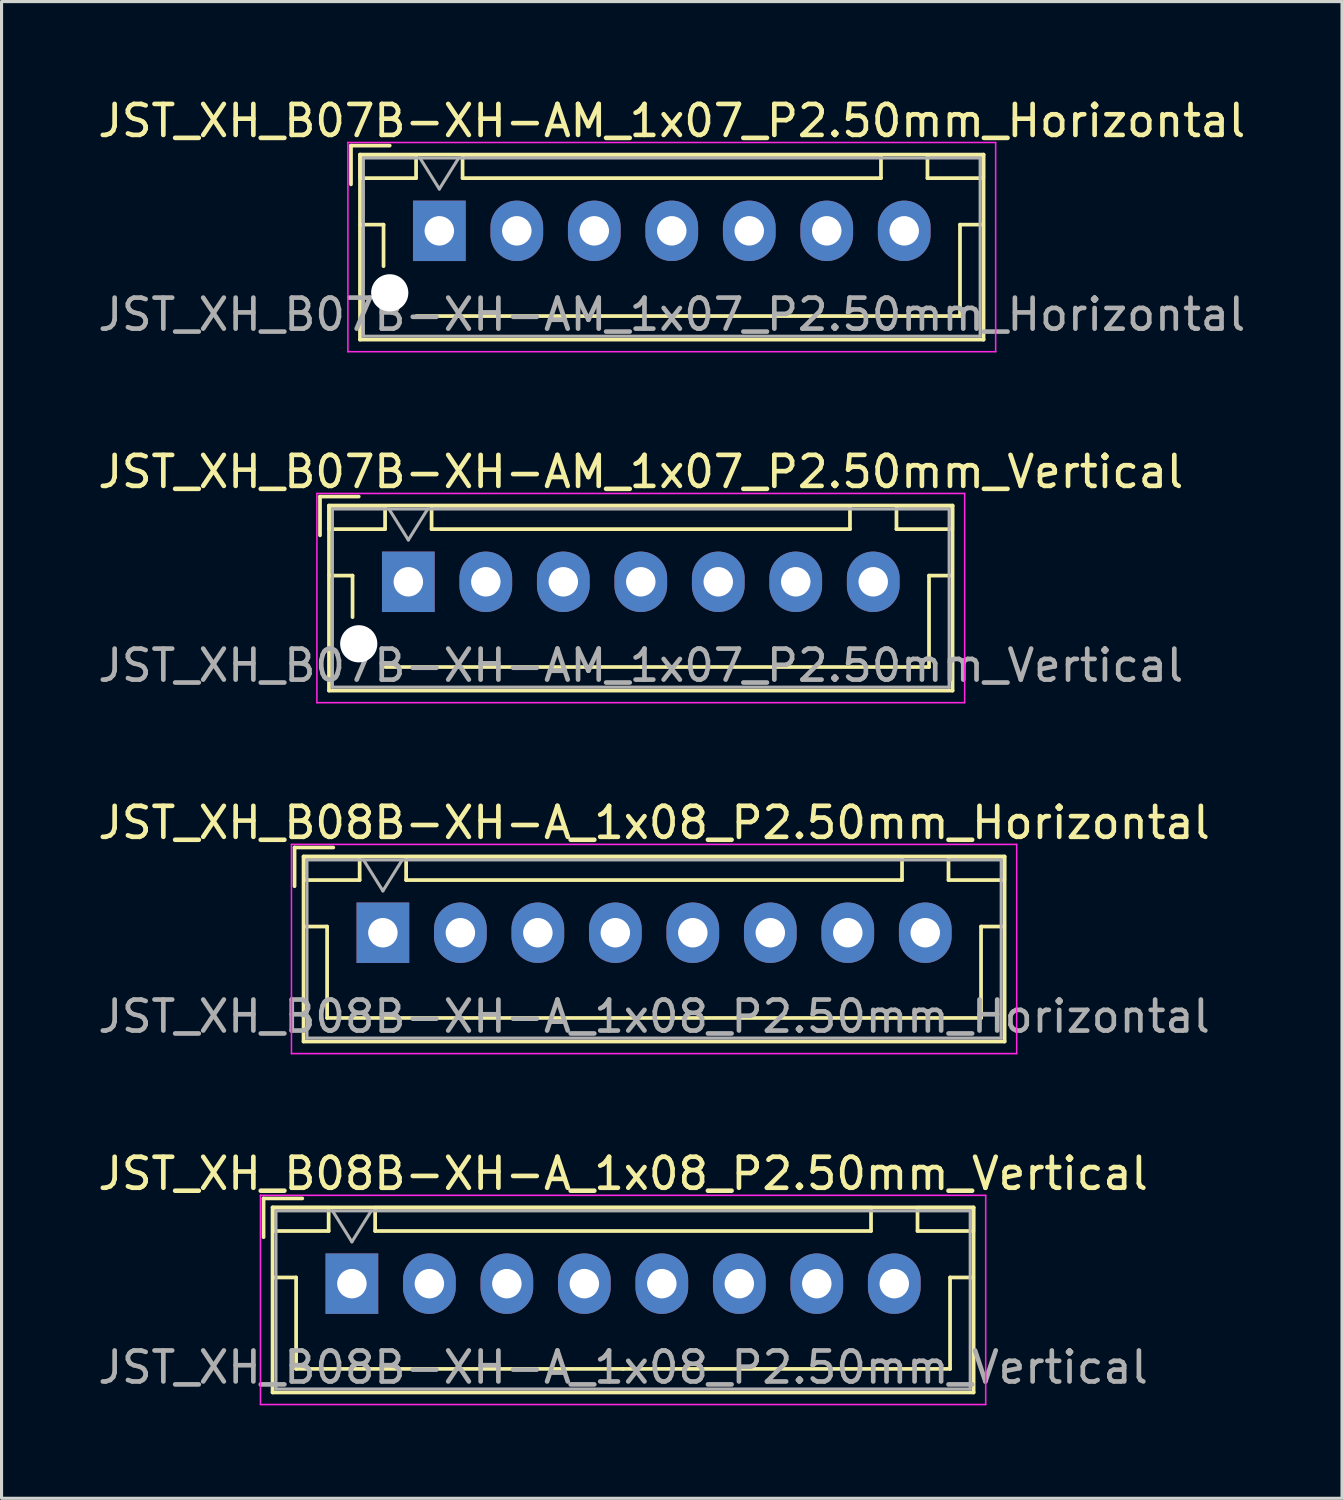
<source format=kicad_pcb>
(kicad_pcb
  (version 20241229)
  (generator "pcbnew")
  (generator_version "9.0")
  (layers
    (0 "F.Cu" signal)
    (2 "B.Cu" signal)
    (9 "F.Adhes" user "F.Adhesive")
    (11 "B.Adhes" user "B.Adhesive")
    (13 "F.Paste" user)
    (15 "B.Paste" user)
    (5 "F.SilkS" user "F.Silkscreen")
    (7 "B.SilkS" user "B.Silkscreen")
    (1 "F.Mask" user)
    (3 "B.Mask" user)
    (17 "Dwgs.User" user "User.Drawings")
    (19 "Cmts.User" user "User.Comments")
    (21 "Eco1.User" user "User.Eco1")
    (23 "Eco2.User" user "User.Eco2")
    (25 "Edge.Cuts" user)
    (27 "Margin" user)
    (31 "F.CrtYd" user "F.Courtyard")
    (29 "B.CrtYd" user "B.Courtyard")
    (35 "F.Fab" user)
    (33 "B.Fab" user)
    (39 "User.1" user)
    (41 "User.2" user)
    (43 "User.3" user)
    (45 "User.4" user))
  (footprint "JST_XH_B08B-XH-A_1x08_P2.50mm_Vertical"
    (layer "F.Cu")
    (at 8.304 38.368)
    (property "Reference" "JST_XH_B08B-XH-A_1x08_P2.50mm_Vertical" (at 8.75 -3.55 0) (layer "F.SilkS") (effects (font (size 1 1) (thickness 0.15))))
    (attr through_hole)
    (fp_line (start -2.85 -2.75) (end -2.85 -1.5) (stroke (width 0.12) (type solid)) (layer "F.SilkS"))
    (fp_line (start -2.56 -2.46) (end -2.56 3.51) (stroke (width 0.12) (type solid)) (layer "F.SilkS"))
    (fp_line (start -2.56 3.51) (end 20.06 3.51) (stroke (width 0.12) (type solid)) (layer "F.SilkS"))
    (fp_line (start -2.55 -2.45) (end -2.55 -1.7) (stroke (width 0.12) (type solid)) (layer "F.SilkS"))
    (fp_line (start -2.55 -1.7) (end -0.75 -1.7) (stroke (width 0.12) (type solid)) (layer "F.SilkS"))
    (fp_line (start -2.55 -0.2) (end -1.8 -0.2) (stroke (width 0.12) (type solid)) (layer "F.SilkS"))
    (fp_line (start -1.8 -0.2) (end -1.8 2.75) (stroke (width 0.12) (type solid)) (layer "F.SilkS"))
    (fp_line (start -1.8 2.75) (end 8.75 2.75) (stroke (width 0.12) (type solid)) (layer "F.SilkS"))
    (fp_line (start -1.6 -2.75) (end -2.85 -2.75) (stroke (width 0.12) (type solid)) (layer "F.SilkS"))
    (fp_line (start -0.75 -2.45) (end -2.55 -2.45) (stroke (width 0.12) (type solid)) (layer "F.SilkS"))
    (fp_line (start -0.75 -1.7) (end -0.75 -2.45) (stroke (width 0.12) (type solid)) (layer "F.SilkS"))
    (fp_line (start 0.75 -2.45) (end 0.75 -1.7) (stroke (width 0.12) (type solid)) (layer "F.SilkS"))
    (fp_line (start 0.75 -1.7) (end 16.75 -1.7) (stroke (width 0.12) (type solid)) (layer "F.SilkS"))
    (fp_line (start 16.75 -2.45) (end 0.75 -2.45) (stroke (width 0.12) (type solid)) (layer "F.SilkS"))
    (fp_line (start 16.75 -1.7) (end 16.75 -2.45) (stroke (width 0.12) (type solid)) (layer "F.SilkS"))
    (fp_line (start 18.25 -2.45) (end 18.25 -1.7) (stroke (width 0.12) (type solid)) (layer "F.SilkS"))
    (fp_line (start 18.25 -1.7) (end 20.05 -1.7) (stroke (width 0.12) (type solid)) (layer "F.SilkS"))
    (fp_line (start 19.3 -0.2) (end 19.3 2.75) (stroke (width 0.12) (type solid)) (layer "F.SilkS"))
    (fp_line (start 19.3 2.75) (end 8.75 2.75) (stroke (width 0.12) (type solid)) (layer "F.SilkS"))
    (fp_line (start 20.05 -2.45) (end 18.25 -2.45) (stroke (width 0.12) (type solid)) (layer "F.SilkS"))
    (fp_line (start 20.05 -1.7) (end 20.05 -2.45) (stroke (width 0.12) (type solid)) (layer "F.SilkS"))
    (fp_line (start 20.05 -0.2) (end 19.3 -0.2) (stroke (width 0.12) (type solid)) (layer "F.SilkS"))
    (fp_line (start 20.06 -2.46) (end -2.56 -2.46) (stroke (width 0.12) (type solid)) (layer "F.SilkS"))
    (fp_line (start 20.06 3.51) (end 20.06 -2.46) (stroke (width 0.12) (type solid)) (layer "F.SilkS"))
    (fp_line (start -2.95 -2.85) (end -2.95 3.9) (stroke (width 0.05) (type solid)) (layer "F.CrtYd"))
    (fp_line (start -2.95 3.9) (end 20.45 3.9) (stroke (width 0.05) (type solid)) (layer "F.CrtYd"))
    (fp_line (start 20.45 -2.85) (end -2.95 -2.85) (stroke (width 0.05) (type solid)) (layer "F.CrtYd"))
    (fp_line (start 20.45 3.9) (end 20.45 -2.85) (stroke (width 0.05) (type solid)) (layer "F.CrtYd"))
    (fp_line (start -2.45 -2.35) (end -2.45 3.4) (stroke (width 0.1) (type solid)) (layer "F.Fab"))
    (fp_line (start -2.45 3.4) (end 19.95 3.4) (stroke (width 0.1) (type solid)) (layer "F.Fab"))
    (fp_line (start -0.625 -2.35) (end 0 -1.35) (stroke (width 0.1) (type solid)) (layer "F.Fab"))
    (fp_line (start 0 -1.35) (end 0.625 -2.35) (stroke (width 0.1) (type solid)) (layer "F.Fab"))
    (fp_line (start 19.95 -2.35) (end -2.45 -2.35) (stroke (width 0.1) (type solid)) (layer "F.Fab"))
    (fp_line (start 19.95 3.4) (end 19.95 -2.35) (stroke (width 0.1) (type solid)) (layer "F.Fab"))
    (fp_text user "${REFERENCE}" (at 8.75 2.7 0) (layer "F.Fab") (effects (font (size 1 1) (thickness 0.15))))
    (pad "1" thru_hole rect (at 0 0) (size 1.7 1.95) (drill 0.95) (layers "*.Cu" "*.Mask"))
    (pad "2" thru_hole oval (at 2.5 0) (size 1.7 1.95) (drill 0.95) (layers "*.Cu" "*.Mask"))
    (pad "3" thru_hole oval (at 5 0) (size 1.7 1.95) (drill 0.95) (layers "*.Cu" "*.Mask"))
    (pad "4" thru_hole oval (at 7.5 0) (size 1.7 1.95) (drill 0.95) (layers "*.Cu" "*.Mask"))
    (pad "5" thru_hole oval (at 10 0) (size 1.7 1.95) (drill 0.95) (layers "*.Cu" "*.Mask"))
    (pad "6" thru_hole oval (at 12.5 0) (size 1.7 1.95) (drill 0.95) (layers "*.Cu" "*.Mask"))
    (pad "7" thru_hole oval (at 15 0) (size 1.7 1.95) (drill 0.95) (layers "*.Cu" "*.Mask"))
    (pad "8" thru_hole oval (at 17.5 0) (size 1.7 1.95) (drill 0.95) (layers "*.Cu" "*.Mask")))
  (footprint "JST_XH_B07B-XH-AM_1x07_P2.50mm_Horizontal"
    (layer "F.Cu")
    (at 11.125 4.398)
    (property "Reference" "JST_XH_B07B-XH-AM_1x07_P2.50mm_Horizontal" (at 7.5 -3.55 0) (layer "F.SilkS") (effects (font (size 1 1) (thickness 0.15))))
    (attr through_hole)
    (fp_line (start -2.85 -2.75) (end -2.85 -1.5) (stroke (width 0.12) (type solid)) (layer "F.SilkS"))
    (fp_line (start -2.56 -2.46) (end -2.56 3.51) (stroke (width 0.12) (type solid)) (layer "F.SilkS"))
    (fp_line (start -2.56 3.51) (end 17.56 3.51) (stroke (width 0.12) (type solid)) (layer "F.SilkS"))
    (fp_line (start -2.55 -2.45) (end -2.55 -1.7) (stroke (width 0.12) (type solid)) (layer "F.SilkS"))
    (fp_line (start -2.55 -1.7) (end -0.75 -1.7) (stroke (width 0.12) (type solid)) (layer "F.SilkS"))
    (fp_line (start -2.55 -0.2) (end -1.8 -0.2) (stroke (width 0.12) (type solid)) (layer "F.SilkS"))
    (fp_line (start -1.8 -0.2) (end -1.8 1.14) (stroke (width 0.12) (type solid)) (layer "F.SilkS"))
    (fp_line (start -1.6 -2.75) (end -2.85 -2.75) (stroke (width 0.12) (type solid)) (layer "F.SilkS"))
    (fp_line (start -0.75 -2.45) (end -2.55 -2.45) (stroke (width 0.12) (type solid)) (layer "F.SilkS"))
    (fp_line (start -0.75 -1.7) (end -0.75 -2.45) (stroke (width 0.12) (type solid)) (layer "F.SilkS"))
    (fp_line (start 0.75 -2.45) (end 0.75 -1.7) (stroke (width 0.12) (type solid)) (layer "F.SilkS"))
    (fp_line (start 0.75 -1.7) (end 14.25 -1.7) (stroke (width 0.12) (type solid)) (layer "F.SilkS"))
    (fp_line (start 7.5 2.75) (end -0.74 2.75) (stroke (width 0.12) (type solid)) (layer "F.SilkS"))
    (fp_line (start 14.25 -2.45) (end 0.75 -2.45) (stroke (width 0.12) (type solid)) (layer "F.SilkS"))
    (fp_line (start 14.25 -1.7) (end 14.25 -2.45) (stroke (width 0.12) (type solid)) (layer "F.SilkS"))
    (fp_line (start 15.75 -2.45) (end 15.75 -1.7) (stroke (width 0.12) (type solid)) (layer "F.SilkS"))
    (fp_line (start 15.75 -1.7) (end 17.55 -1.7) (stroke (width 0.12) (type solid)) (layer "F.SilkS"))
    (fp_line (start 16.8 -0.2) (end 16.8 2.75) (stroke (width 0.12) (type solid)) (layer "F.SilkS"))
    (fp_line (start 16.8 2.75) (end 7.5 2.75) (stroke (width 0.12) (type solid)) (layer "F.SilkS"))
    (fp_line (start 17.55 -2.45) (end 15.75 -2.45) (stroke (width 0.12) (type solid)) (layer "F.SilkS"))
    (fp_line (start 17.55 -1.7) (end 17.55 -2.45) (stroke (width 0.12) (type solid)) (layer "F.SilkS"))
    (fp_line (start 17.55 -0.2) (end 16.8 -0.2) (stroke (width 0.12) (type solid)) (layer "F.SilkS"))
    (fp_line (start 17.56 -2.46) (end -2.56 -2.46) (stroke (width 0.12) (type solid)) (layer "F.SilkS"))
    (fp_line (start 17.56 3.51) (end 17.56 -2.46) (stroke (width 0.12) (type solid)) (layer "F.SilkS"))
    (fp_line (start -2.95 -2.85) (end -2.95 3.9) (stroke (width 0.05) (type solid)) (layer "F.CrtYd"))
    (fp_line (start -2.95 3.9) (end 17.95 3.9) (stroke (width 0.05) (type solid)) (layer "F.CrtYd"))
    (fp_line (start 17.95 -2.85) (end -2.95 -2.85) (stroke (width 0.05) (type solid)) (layer "F.CrtYd"))
    (fp_line (start 17.95 3.9) (end 17.95 -2.85) (stroke (width 0.05) (type solid)) (layer "F.CrtYd"))
    (fp_line (start -2.45 -2.35) (end -2.45 3.4) (stroke (width 0.1) (type solid)) (layer "F.Fab"))
    (fp_line (start -2.45 3.4) (end 17.45 3.4) (stroke (width 0.1) (type solid)) (layer "F.Fab"))
    (fp_line (start -0.625 -2.35) (end 0 -1.35) (stroke (width 0.1) (type solid)) (layer "F.Fab"))
    (fp_line (start 0 -1.35) (end 0.625 -2.35) (stroke (width 0.1) (type solid)) (layer "F.Fab"))
    (fp_line (start 17.45 -2.35) (end -2.45 -2.35) (stroke (width 0.1) (type solid)) (layer "F.Fab"))
    (fp_line (start 17.45 3.4) (end 17.45 -2.35) (stroke (width 0.1) (type solid)) (layer "F.Fab"))
    (fp_text user "${REFERENCE}" (at 7.5 2.7 0) (layer "F.Fab") (effects (font (size 1 1) (thickness 0.15))))
    (pad "" np_thru_hole circle (at -1.6 2) (size 1.2 1.2) (drill 1.2) (layers "*.Cu" "*.Mask"))
    (pad "1" thru_hole rect (at 0 0) (size 1.7 1.95) (drill 0.95) (layers "*.Cu" "*.Mask"))
    (pad "2" thru_hole oval (at 2.5 0) (size 1.7 1.95) (drill 0.95) (layers "*.Cu" "*.Mask"))
    (pad "3" thru_hole oval (at 5 0) (size 1.7 1.95) (drill 0.95) (layers "*.Cu" "*.Mask"))
    (pad "4" thru_hole oval (at 7.5 0) (size 1.7 1.95) (drill 0.95) (layers "*.Cu" "*.Mask"))
    (pad "5" thru_hole oval (at 10 0) (size 1.7 1.95) (drill 0.95) (layers "*.Cu" "*.Mask"))
    (pad "6" thru_hole oval (at 12.5 0) (size 1.7 1.95) (drill 0.95) (layers "*.Cu" "*.Mask"))
    (pad "7" thru_hole oval (at 15 0) (size 1.7 1.95) (drill 0.95) (layers "*.Cu" "*.Mask")))
  (footprint "JST_XH_B08B-XH-A_1x08_P2.50mm_Horizontal"
    (layer "F.Cu")
    (at 9.304 27.045)
    (property "Reference" "JST_XH_B08B-XH-A_1x08_P2.50mm_Horizontal" (at 8.75 -3.55 0) (layer "F.SilkS") (effects (font (size 1 1) (thickness 0.15))))
    (attr through_hole)
    (fp_line (start -2.85 -2.75) (end -2.85 -1.5) (stroke (width 0.12) (type solid)) (layer "F.SilkS"))
    (fp_line (start -2.56 -2.46) (end -2.56 3.51) (stroke (width 0.12) (type solid)) (layer "F.SilkS"))
    (fp_line (start -2.56 3.51) (end 20.06 3.51) (stroke (width 0.12) (type solid)) (layer "F.SilkS"))
    (fp_line (start -2.55 -2.45) (end -2.55 -1.7) (stroke (width 0.12) (type solid)) (layer "F.SilkS"))
    (fp_line (start -2.55 -1.7) (end -0.75 -1.7) (stroke (width 0.12) (type solid)) (layer "F.SilkS"))
    (fp_line (start -2.55 -0.2) (end -1.8 -0.2) (stroke (width 0.12) (type solid)) (layer "F.SilkS"))
    (fp_line (start -1.8 -0.2) (end -1.8 2.75) (stroke (width 0.12) (type solid)) (layer "F.SilkS"))
    (fp_line (start -1.8 2.75) (end 8.75 2.75) (stroke (width 0.12) (type solid)) (layer "F.SilkS"))
    (fp_line (start -1.6 -2.75) (end -2.85 -2.75) (stroke (width 0.12) (type solid)) (layer "F.SilkS"))
    (fp_line (start -0.75 -2.45) (end -2.55 -2.45) (stroke (width 0.12) (type solid)) (layer "F.SilkS"))
    (fp_line (start -0.75 -1.7) (end -0.75 -2.45) (stroke (width 0.12) (type solid)) (layer "F.SilkS"))
    (fp_line (start 0.75 -2.45) (end 0.75 -1.7) (stroke (width 0.12) (type solid)) (layer "F.SilkS"))
    (fp_line (start 0.75 -1.7) (end 16.75 -1.7) (stroke (width 0.12) (type solid)) (layer "F.SilkS"))
    (fp_line (start 16.75 -2.45) (end 0.75 -2.45) (stroke (width 0.12) (type solid)) (layer "F.SilkS"))
    (fp_line (start 16.75 -1.7) (end 16.75 -2.45) (stroke (width 0.12) (type solid)) (layer "F.SilkS"))
    (fp_line (start 18.25 -2.45) (end 18.25 -1.7) (stroke (width 0.12) (type solid)) (layer "F.SilkS"))
    (fp_line (start 18.25 -1.7) (end 20.05 -1.7) (stroke (width 0.12) (type solid)) (layer "F.SilkS"))
    (fp_line (start 19.3 -0.2) (end 19.3 2.75) (stroke (width 0.12) (type solid)) (layer "F.SilkS"))
    (fp_line (start 19.3 2.75) (end 8.75 2.75) (stroke (width 0.12) (type solid)) (layer "F.SilkS"))
    (fp_line (start 20.05 -2.45) (end 18.25 -2.45) (stroke (width 0.12) (type solid)) (layer "F.SilkS"))
    (fp_line (start 20.05 -1.7) (end 20.05 -2.45) (stroke (width 0.12) (type solid)) (layer "F.SilkS"))
    (fp_line (start 20.05 -0.2) (end 19.3 -0.2) (stroke (width 0.12) (type solid)) (layer "F.SilkS"))
    (fp_line (start 20.06 -2.46) (end -2.56 -2.46) (stroke (width 0.12) (type solid)) (layer "F.SilkS"))
    (fp_line (start 20.06 3.51) (end 20.06 -2.46) (stroke (width 0.12) (type solid)) (layer "F.SilkS"))
    (fp_line (start -2.95 -2.85) (end -2.95 3.9) (stroke (width 0.05) (type solid)) (layer "F.CrtYd"))
    (fp_line (start -2.95 3.9) (end 20.45 3.9) (stroke (width 0.05) (type solid)) (layer "F.CrtYd"))
    (fp_line (start 20.45 -2.85) (end -2.95 -2.85) (stroke (width 0.05) (type solid)) (layer "F.CrtYd"))
    (fp_line (start 20.45 3.9) (end 20.45 -2.85) (stroke (width 0.05) (type solid)) (layer "F.CrtYd"))
    (fp_line (start -2.45 -2.35) (end -2.45 3.4) (stroke (width 0.1) (type solid)) (layer "F.Fab"))
    (fp_line (start -2.45 3.4) (end 19.95 3.4) (stroke (width 0.1) (type solid)) (layer "F.Fab"))
    (fp_line (start -0.625 -2.35) (end 0 -1.35) (stroke (width 0.1) (type solid)) (layer "F.Fab"))
    (fp_line (start 0 -1.35) (end 0.625 -2.35) (stroke (width 0.1) (type solid)) (layer "F.Fab"))
    (fp_line (start 19.95 -2.35) (end -2.45 -2.35) (stroke (width 0.1) (type solid)) (layer "F.Fab"))
    (fp_line (start 19.95 3.4) (end 19.95 -2.35) (stroke (width 0.1) (type solid)) (layer "F.Fab"))
    (fp_text user "${REFERENCE}" (at 8.75 2.7 0) (layer "F.Fab") (effects (font (size 1 1) (thickness 0.15))))
    (pad "1" thru_hole rect (at 0 0) (size 1.7 1.95) (drill 0.95) (layers "*.Cu" "*.Mask"))
    (pad "2" thru_hole oval (at 2.5 0) (size 1.7 1.95) (drill 0.95) (layers "*.Cu" "*.Mask"))
    (pad "3" thru_hole oval (at 5 0) (size 1.7 1.95) (drill 0.95) (layers "*.Cu" "*.Mask"))
    (pad "4" thru_hole oval (at 7.5 0) (size 1.7 1.95) (drill 0.95) (layers "*.Cu" "*.Mask"))
    (pad "5" thru_hole oval (at 10 0) (size 1.7 1.95) (drill 0.95) (layers "*.Cu" "*.Mask"))
    (pad "6" thru_hole oval (at 12.5 0) (size 1.7 1.95) (drill 0.95) (layers "*.Cu" "*.Mask"))
    (pad "7" thru_hole oval (at 15 0) (size 1.7 1.95) (drill 0.95) (layers "*.Cu" "*.Mask"))
    (pad "8" thru_hole oval (at 17.5 0) (size 1.7 1.95) (drill 0.95) (layers "*.Cu" "*.Mask")))
  (footprint "JST_XH_B07B-XH-AM_1x07_P2.50mm_Vertical"
    (layer "F.Cu")
    (at 10.125 15.722)
    (property "Reference" "JST_XH_B07B-XH-AM_1x07_P2.50mm_Vertical" (at 7.5 -3.55 0) (layer "F.SilkS") (effects (font (size 1 1) (thickness 0.15))))
    (attr through_hole)
    (fp_line (start -2.85 -2.75) (end -2.85 -1.5) (stroke (width 0.12) (type solid)) (layer "F.SilkS"))
    (fp_line (start -2.56 -2.46) (end -2.56 3.51) (stroke (width 0.12) (type solid)) (layer "F.SilkS"))
    (fp_line (start -2.56 3.51) (end 17.56 3.51) (stroke (width 0.12) (type solid)) (layer "F.SilkS"))
    (fp_line (start -2.55 -2.45) (end -2.55 -1.7) (stroke (width 0.12) (type solid)) (layer "F.SilkS"))
    (fp_line (start -2.55 -1.7) (end -0.75 -1.7) (stroke (width 0.12) (type solid)) (layer "F.SilkS"))
    (fp_line (start -2.55 -0.2) (end -1.8 -0.2) (stroke (width 0.12) (type solid)) (layer "F.SilkS"))
    (fp_line (start -1.8 -0.2) (end -1.8 1.14) (stroke (width 0.12) (type solid)) (layer "F.SilkS"))
    (fp_line (start -1.6 -2.75) (end -2.85 -2.75) (stroke (width 0.12) (type solid)) (layer "F.SilkS"))
    (fp_line (start -0.75 -2.45) (end -2.55 -2.45) (stroke (width 0.12) (type solid)) (layer "F.SilkS"))
    (fp_line (start -0.75 -1.7) (end -0.75 -2.45) (stroke (width 0.12) (type solid)) (layer "F.SilkS"))
    (fp_line (start 0.75 -2.45) (end 0.75 -1.7) (stroke (width 0.12) (type solid)) (layer "F.SilkS"))
    (fp_line (start 0.75 -1.7) (end 14.25 -1.7) (stroke (width 0.12) (type solid)) (layer "F.SilkS"))
    (fp_line (start 7.5 2.75) (end -0.74 2.75) (stroke (width 0.12) (type solid)) (layer "F.SilkS"))
    (fp_line (start 14.25 -2.45) (end 0.75 -2.45) (stroke (width 0.12) (type solid)) (layer "F.SilkS"))
    (fp_line (start 14.25 -1.7) (end 14.25 -2.45) (stroke (width 0.12) (type solid)) (layer "F.SilkS"))
    (fp_line (start 15.75 -2.45) (end 15.75 -1.7) (stroke (width 0.12) (type solid)) (layer "F.SilkS"))
    (fp_line (start 15.75 -1.7) (end 17.55 -1.7) (stroke (width 0.12) (type solid)) (layer "F.SilkS"))
    (fp_line (start 16.8 -0.2) (end 16.8 2.75) (stroke (width 0.12) (type solid)) (layer "F.SilkS"))
    (fp_line (start 16.8 2.75) (end 7.5 2.75) (stroke (width 0.12) (type solid)) (layer "F.SilkS"))
    (fp_line (start 17.55 -2.45) (end 15.75 -2.45) (stroke (width 0.12) (type solid)) (layer "F.SilkS"))
    (fp_line (start 17.55 -1.7) (end 17.55 -2.45) (stroke (width 0.12) (type solid)) (layer "F.SilkS"))
    (fp_line (start 17.55 -0.2) (end 16.8 -0.2) (stroke (width 0.12) (type solid)) (layer "F.SilkS"))
    (fp_line (start 17.56 -2.46) (end -2.56 -2.46) (stroke (width 0.12) (type solid)) (layer "F.SilkS"))
    (fp_line (start 17.56 3.51) (end 17.56 -2.46) (stroke (width 0.12) (type solid)) (layer "F.SilkS"))
    (fp_line (start -2.95 -2.85) (end -2.95 3.9) (stroke (width 0.05) (type solid)) (layer "F.CrtYd"))
    (fp_line (start -2.95 3.9) (end 17.95 3.9) (stroke (width 0.05) (type solid)) (layer "F.CrtYd"))
    (fp_line (start 17.95 -2.85) (end -2.95 -2.85) (stroke (width 0.05) (type solid)) (layer "F.CrtYd"))
    (fp_line (start 17.95 3.9) (end 17.95 -2.85) (stroke (width 0.05) (type solid)) (layer "F.CrtYd"))
    (fp_line (start -2.45 -2.35) (end -2.45 3.4) (stroke (width 0.1) (type solid)) (layer "F.Fab"))
    (fp_line (start -2.45 3.4) (end 17.45 3.4) (stroke (width 0.1) (type solid)) (layer "F.Fab"))
    (fp_line (start -0.625 -2.35) (end 0 -1.35) (stroke (width 0.1) (type solid)) (layer "F.Fab"))
    (fp_line (start 0 -1.35) (end 0.625 -2.35) (stroke (width 0.1) (type solid)) (layer "F.Fab"))
    (fp_line (start 17.45 -2.35) (end -2.45 -2.35) (stroke (width 0.1) (type solid)) (layer "F.Fab"))
    (fp_line (start 17.45 3.4) (end 17.45 -2.35) (stroke (width 0.1) (type solid)) (layer "F.Fab"))
    (fp_text user "${REFERENCE}" (at 7.5 2.7 0) (layer "F.Fab") (effects (font (size 1 1) (thickness 0.15))))
    (pad "" np_thru_hole circle (at -1.6 2) (size 1.2 1.2) (drill 1.2) (layers "*.Cu" "*.Mask"))
    (pad "1" thru_hole rect (at 0 0) (size 1.7 1.95) (drill 0.95) (layers "*.Cu" "*.Mask"))
    (pad "2" thru_hole oval (at 2.5 0) (size 1.7 1.95) (drill 0.95) (layers "*.Cu" "*.Mask"))
    (pad "3" thru_hole oval (at 5 0) (size 1.7 1.95) (drill 0.95) (layers "*.Cu" "*.Mask"))
    (pad "4" thru_hole oval (at 7.5 0) (size 1.7 1.95) (drill 0.95) (layers "*.Cu" "*.Mask"))
    (pad "5" thru_hole oval (at 10 0) (size 1.7 1.95) (drill 0.95) (layers "*.Cu" "*.Mask"))
    (pad "6" thru_hole oval (at 12.5 0) (size 1.7 1.95) (drill 0.95) (layers "*.Cu" "*.Mask"))
    (pad "7" thru_hole oval (at 15 0) (size 1.7 1.95) (drill 0.95) (layers "*.Cu" "*.Mask")))
  (gr_rect
    (start -3 -3)
    (end 40.25 45.293)
    (stroke (width 0.1) (type default))
    (fill no)
    (layer "Edge.Cuts")))
</source>
